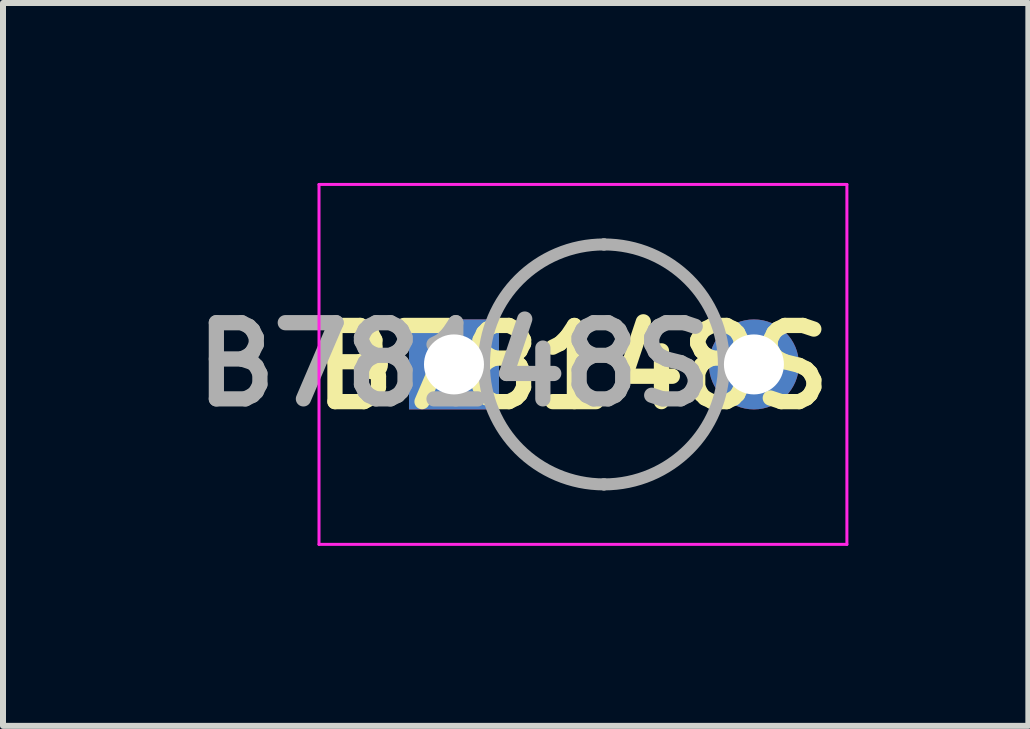
<source format=kicad_pcb>
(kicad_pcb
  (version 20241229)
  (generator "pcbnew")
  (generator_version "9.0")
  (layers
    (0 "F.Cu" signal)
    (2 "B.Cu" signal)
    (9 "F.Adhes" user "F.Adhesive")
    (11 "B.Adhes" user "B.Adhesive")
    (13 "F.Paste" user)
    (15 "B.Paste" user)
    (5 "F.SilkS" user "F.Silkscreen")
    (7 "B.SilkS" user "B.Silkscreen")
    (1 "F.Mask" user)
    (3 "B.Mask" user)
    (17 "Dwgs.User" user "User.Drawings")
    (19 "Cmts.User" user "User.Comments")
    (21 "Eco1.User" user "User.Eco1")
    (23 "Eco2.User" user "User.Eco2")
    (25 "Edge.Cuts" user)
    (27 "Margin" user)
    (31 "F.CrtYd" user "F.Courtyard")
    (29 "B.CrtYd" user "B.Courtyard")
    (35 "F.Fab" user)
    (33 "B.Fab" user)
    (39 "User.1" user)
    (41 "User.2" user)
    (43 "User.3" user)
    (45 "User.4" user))
  (footprint "B78148S"
    (layer "F.Cu")
    (at 4.518 3.025)
    (property "Reference" "B78148S" (at 1.977 0.046 180) (layer "F.SilkS") (effects (font (size 1.27 1.27) (thickness 0.254))))
    (attr through_hole)
    (fp_circle (center -1.35 0) (end -1.35 0.05) (stroke (width 0.2) (type solid)) (fill no) (layer "F.SilkS"))
    (fp_line (start -2.25 -3) (end 6.55 -3) (stroke (width 0.05) (type solid)) (layer "F.CrtYd"))
    (fp_line (start -2.25 3) (end -2.25 -3) (stroke (width 0.05) (type solid)) (layer "F.CrtYd"))
    (fp_line (start 6.55 3) (end -2.25 3) (stroke (width 0.05) (type solid)) (layer "F.CrtYd"))
    (fp_line (start 6.55 -3) (end 6.55 3) (stroke (width 0.05) (type solid)) (layer "F.CrtYd"))
    (fp_line (start 2.5 2) (end 2.5 2) (stroke (width 0.2) (type solid)) (layer "F.Fab"))
    (fp_line (start 2.5 -2) (end 2.5 -2) (stroke (width 0.2) (type solid)) (layer "F.Fab"))
    (fp_arc (start 2.5 2) (mid 0.5 0) (end 2.500001 -2) (stroke (width 0.2) (type solid)) (layer "F.Fab"))
    (fp_arc (start 2.500001 -2) (mid 4.5 0) (end 2.5 2) (stroke (width 0.2) (type solid)) (layer "F.Fab"))
    (fp_text user "${REFERENCE}" (at 0 0 180) (layer "F.Fab") (effects (font (size 1.27 1.27) (thickness 0.254))))
    (pad "1" thru_hole rect (at 0 0) (size 1.5 1.5) (drill 1) (layers "*.Cu" "*.Mask"))
    (pad "2" thru_hole circle (at 5 0) (size 1.5 1.5) (drill 1) (layers "*.Cu" "*.Mask")))
  (gr_rect
    (start -3 -3)
    (end 14.093 9.05)
    (stroke (width 0.1) (type default))
    (fill no)
    (layer "Edge.Cuts")))
</source>
